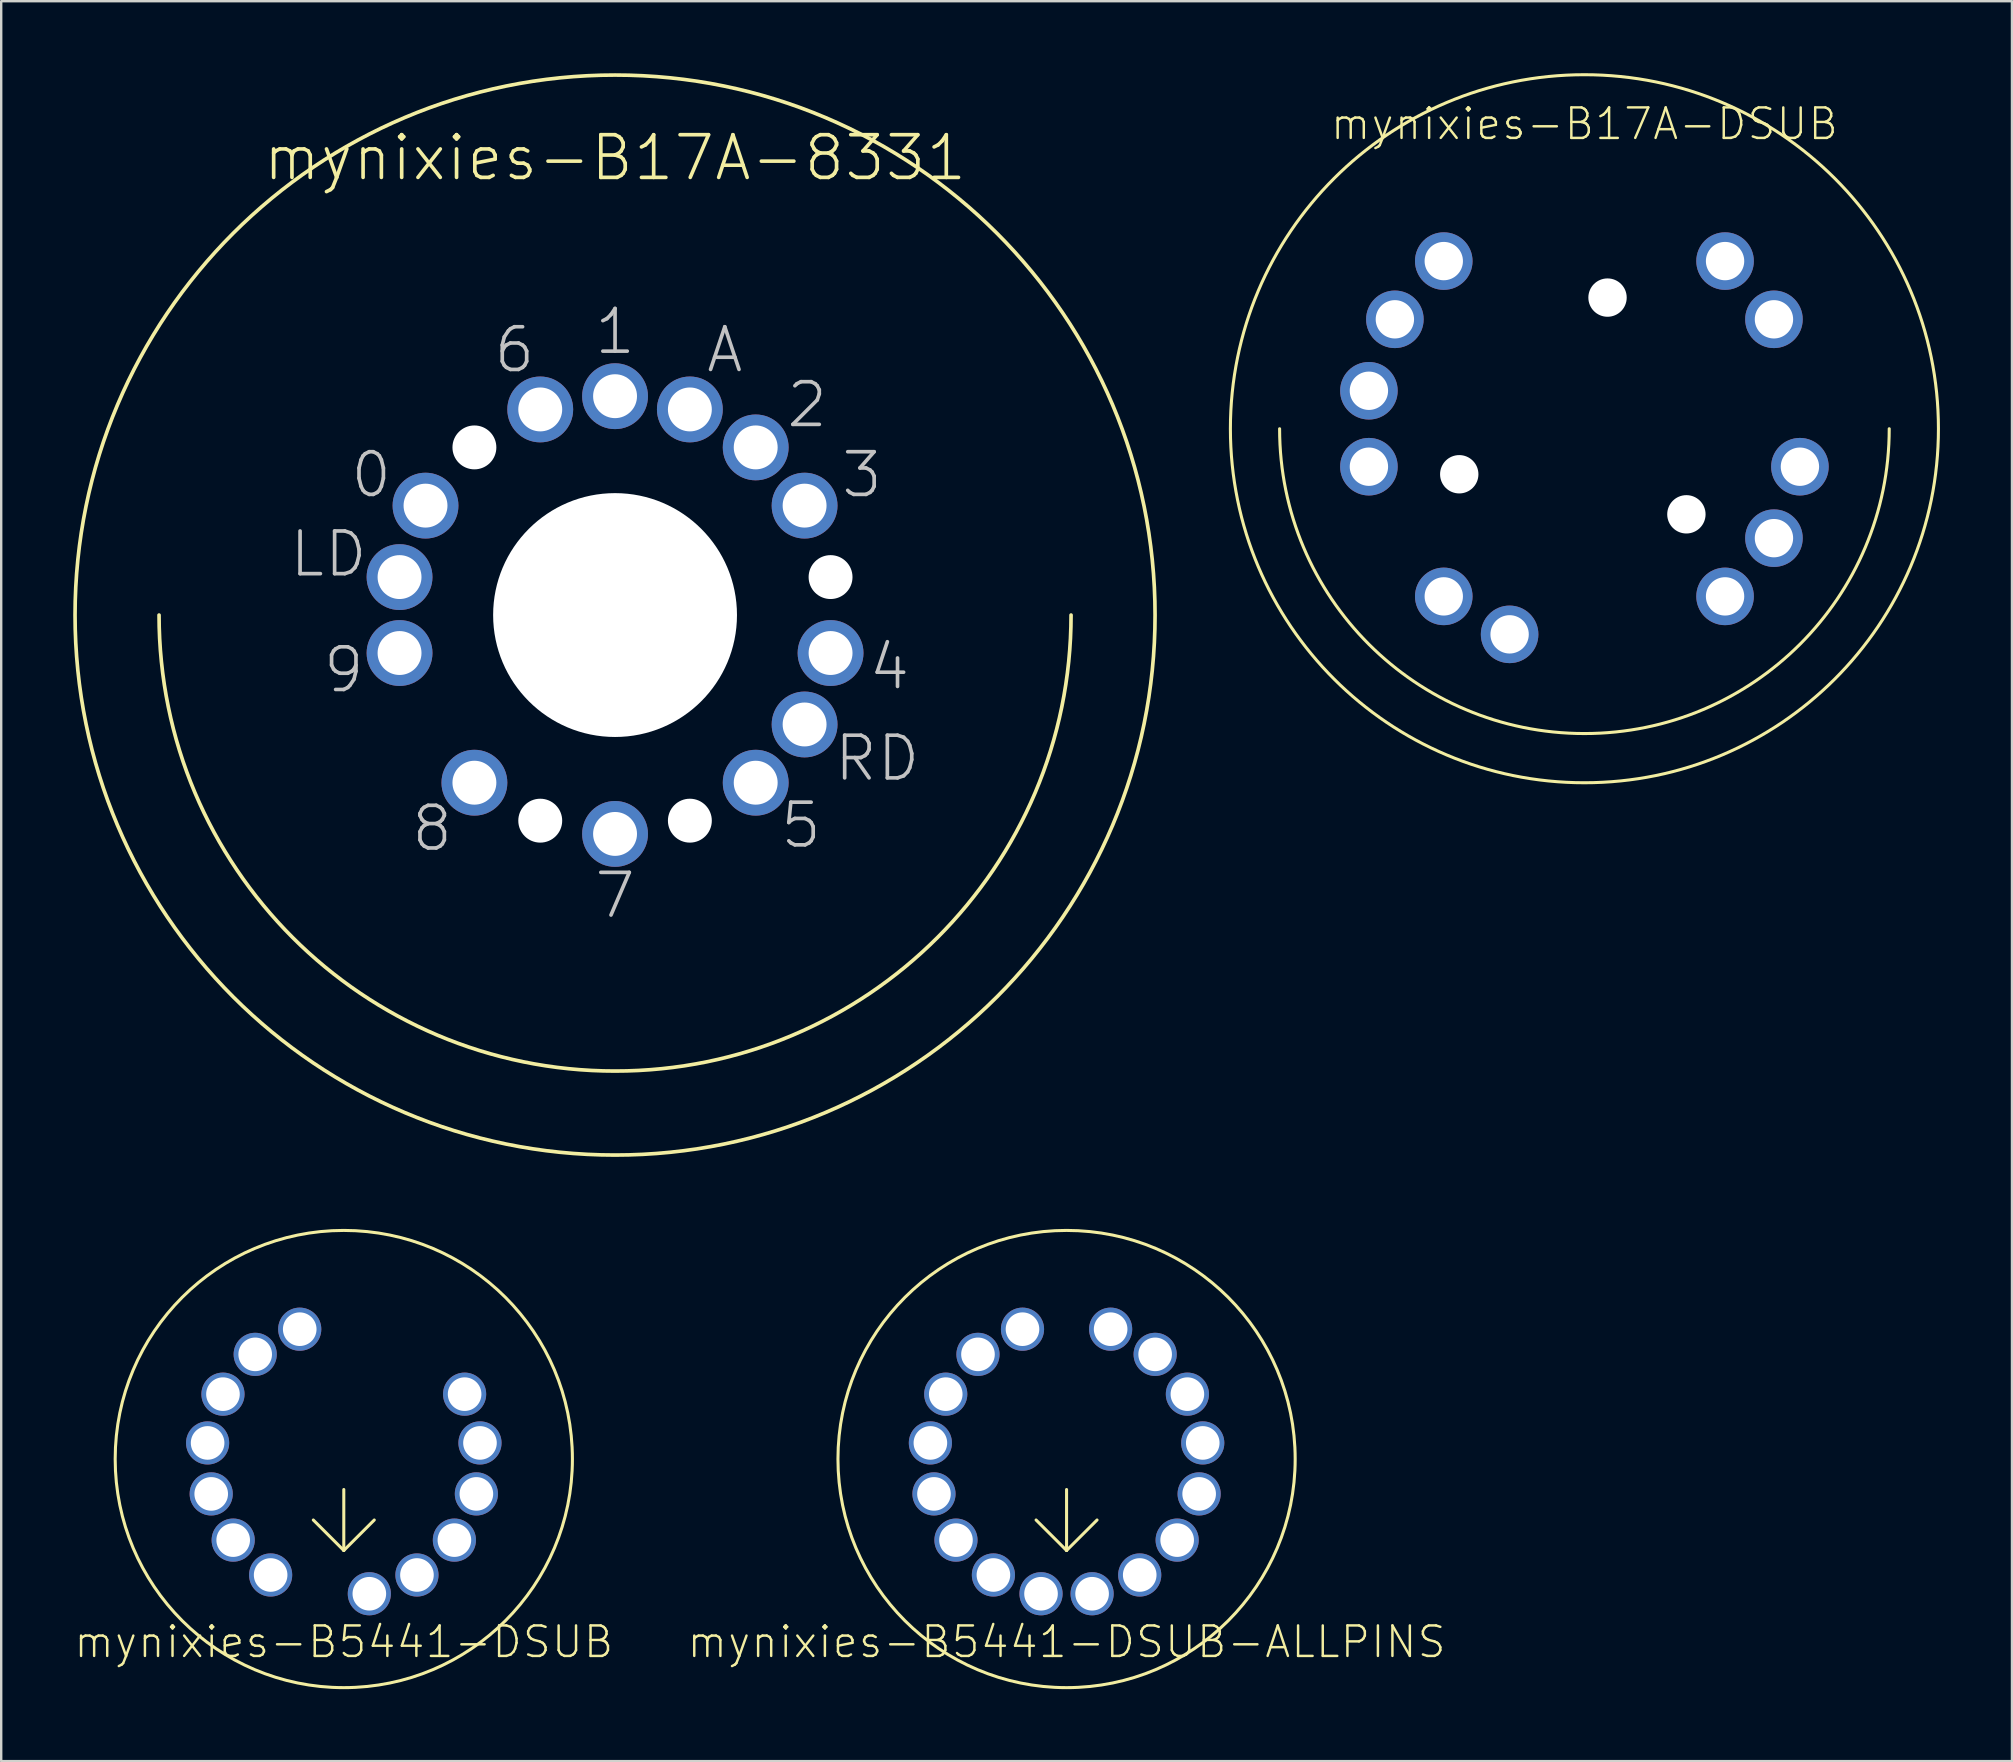
<source format=kicad_pcb>
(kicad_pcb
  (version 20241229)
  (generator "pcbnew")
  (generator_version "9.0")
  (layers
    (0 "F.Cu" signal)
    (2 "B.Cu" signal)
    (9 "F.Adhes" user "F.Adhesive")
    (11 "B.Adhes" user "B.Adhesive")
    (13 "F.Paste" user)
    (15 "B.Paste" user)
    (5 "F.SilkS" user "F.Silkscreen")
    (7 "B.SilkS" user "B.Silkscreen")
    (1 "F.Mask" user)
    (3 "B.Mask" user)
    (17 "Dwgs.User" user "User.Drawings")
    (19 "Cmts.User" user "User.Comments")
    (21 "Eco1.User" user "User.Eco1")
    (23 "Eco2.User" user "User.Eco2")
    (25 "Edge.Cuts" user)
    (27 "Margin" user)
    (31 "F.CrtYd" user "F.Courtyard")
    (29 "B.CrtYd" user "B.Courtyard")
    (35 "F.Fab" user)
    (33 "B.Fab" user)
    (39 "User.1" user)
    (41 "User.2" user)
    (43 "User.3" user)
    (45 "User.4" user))
  (footprint "mynixies-B5441-DSUB"
    (layer "F.Cu")
    (at 11.274 57.74)
    (property "Reference" "mynixies-B5441-DSUB" (at 0 7.62 0) (layer "F.SilkS") (effects (font (size 1.27 1.27) (thickness 0.102))))
    (attr exclude_from_pos_files exclude_from_bom)
    (fp_line (start 0 1.27) (end 0 3.81) (stroke (width 0.127) (type solid)) (layer "F.SilkS"))
    (fp_line (start 0 3.81) (end -1.27 2.54) (stroke (width 0.127) (type solid)) (layer "F.SilkS"))
    (fp_line (start 0 3.81) (end 1.27 2.54) (stroke (width 0.127) (type solid)) (layer "F.SilkS"))
    (fp_circle (center 0 0) (end 0 -9.525) (stroke (width 0.127) (type solid)) (fill no) (layer "F.SilkS"))
    (pad "1" thru_hole circle (at -1.836 -5.41) (size 1.798 1.798) (drill 1.4) (layers "*.Cu" "*.Mask"))
    (pad "2" thru_hole circle (at -3.691 -4.361) (size 1.798 1.798) (drill 1.4) (layers "*.Cu" "*.Mask"))
    (pad "3" thru_hole circle (at -5.034 -2.703) (size 1.798 1.798) (drill 1.4) (layers "*.Cu" "*.Mask"))
    (pad "4" thru_hole circle (at -5.674 -0.671) (size 1.798 1.798) (drill 1.4) (layers "*.Cu" "*.Mask"))
    (pad "5" thru_hole circle (at -5.524 1.453) (size 1.798 1.798) (drill 1.4) (layers "*.Cu" "*.Mask"))
    (pad "6" thru_hole circle (at -4.608 3.378) (size 1.798 1.798) (drill 1.4) (layers "*.Cu" "*.Mask"))
    (pad "7" thru_hole circle (at -3.048 4.831) (size 1.798 1.798) (drill 1.4) (layers "*.Cu" "*.Mask"))
    (pad "9" thru_hole circle (at 1.064 5.613) (size 1.798 1.798) (drill 1.4) (layers "*.Cu" "*.Mask"))
    (pad "10" thru_hole circle (at 3.048 4.831) (size 1.798 1.798) (drill 1.4) (layers "*.Cu" "*.Mask"))
    (pad "11" thru_hole circle (at 4.608 3.378) (size 1.798 1.798) (drill 1.4) (layers "*.Cu" "*.Mask"))
    (pad "12" thru_hole circle (at 5.524 1.453) (size 1.798 1.798) (drill 1.4) (layers "*.Cu" "*.Mask"))
    (pad "13" thru_hole circle (at 5.674 -0.671) (size 1.798 1.798) (drill 1.4) (layers "*.Cu" "*.Mask"))
    (pad "14" thru_hole circle (at 5.034 -2.703) (size 1.798 1.798) (drill 1.4) (layers "*.Cu" "*.Mask")))
  (footprint "mynixies-B17A-DSUB"
    (layer "F.Cu")
    (at 62.964 14.813)
    (property "Reference" "mynixies-B17A-DSUB" (at 0 -12.7 0) (layer "F.SilkS") (effects (font (size 1.27 1.27) (thickness 0.102))))
    (attr exclude_from_pos_files exclude_from_bom)
    (fp_arc (start 12.7 0) (mid 0 12.7) (end -12.7 0) (stroke (width 0.127) (type solid)) (layer "F.SilkS"))
    (fp_circle (center 0 0) (end 0 -14.75) (stroke (width 0.127) (type solid)) (fill no) (layer "F.SilkS"))
    (pad "" np_thru_hole circle (at -5.215 1.897) (size 1.598 1.598) (drill 1.598) (layers "*.Cu" "*.Mask"))
    (pad "" np_thru_hole circle (at 0.963 -5.464) (size 1.598 1.598) (drill 1.598) (layers "*.Cu" "*.Mask"))
    (pad "" np_thru_hole circle (at 4.249 3.566) (size 1.598 1.598) (drill 1.598) (layers "*.Cu" "*.Mask"))
    (pad "P$1" thru_hole circle (at -5.86 6.985) (size 2.398 2.398) (drill 1.598) (layers "*.Cu" "*.Mask"))
    (pad "P$2" thru_hole circle (at -3.117 8.567) (size 2.398 2.398) (drill 1.598) (layers "*.Cu" "*.Mask"))
    (pad "P$5" thru_hole circle (at 5.86 6.985) (size 2.398 2.398) (drill 1.598) (layers "*.Cu" "*.Mask"))
    (pad "P$6" thru_hole circle (at 7.897 4.559) (size 2.398 2.398) (drill 1.598) (layers "*.Cu" "*.Mask"))
    (pad "P$7" thru_hole circle (at 8.979 1.582) (size 2.398 2.398) (drill 1.598) (layers "*.Cu" "*.Mask"))
    (pad "P$9" thru_hole circle (at 7.897 -4.559) (size 2.398 2.398) (drill 1.598) (layers "*.Cu" "*.Mask"))
    (pad "P$10" thru_hole circle (at 5.86 -6.985) (size 2.398 2.398) (drill 1.598) (layers "*.Cu" "*.Mask"))
    (pad "P$14" thru_hole circle (at -5.86 -6.985) (size 2.398 2.398) (drill 1.598) (layers "*.Cu" "*.Mask"))
    (pad "P$15" thru_hole circle (at -7.897 -4.559) (size 2.398 2.398) (drill 1.598) (layers "*.Cu" "*.Mask"))
    (pad "P$16" thru_hole circle (at -8.979 -1.582) (size 2.398 2.398) (drill 1.598) (layers "*.Cu" "*.Mask"))
    (pad "P$17" thru_hole circle (at -8.979 1.582) (size 2.398 2.398) (drill 1.598) (layers "*.Cu" "*.Mask")))
  (footprint "mynixies-B17A-8331"
    (layer "F.Cu")
    (at 22.576 22.576)
    (property "Reference" "mynixies-B17A-8331" (at 0 -19.05 0) (layer "F.SilkS") (effects (font (size 1.778 1.778) (thickness 0.152))))
    (attr exclude_from_pos_files exclude_from_bom)
    (fp_arc (start 18.9992 0) (mid 0 18.9992) (end -18.9992 0) (stroke (width 0.1524) (type solid)) (layer "F.SilkS"))
    (fp_circle (center 0 0) (end 0 -22.499) (stroke (width 0.152) (type solid)) (fill no) (layer "F.SilkS"))
    (fp_text user "0" (at -10.16 -5.842 0) (layer "Dwgs.User") (effects (font (size 1.778 1.778) (thickness 0.152))))
    (fp_text user "8" (at -7.62 8.89 0) (layer "Dwgs.User") (effects (font (size 1.778 1.778) (thickness 0.152))))
    (fp_text user "A" (at 4.572 -11.049 0) (layer "Dwgs.User") (effects (font (size 1.778 1.778) (thickness 0.152))))
    (fp_text user "RD" (at 10.922 5.969 0) (layer "Dwgs.User") (effects (font (size 1.778 1.778) (thickness 0.152))))
    (fp_text user "9" (at -11.303 2.286 0) (layer "Dwgs.User") (effects (font (size 1.778 1.778) (thickness 0.152))))
    (fp_text user "2" (at 8.001 -8.76 0) (layer "Dwgs.User") (effects (font (size 1.778 1.778) (thickness 0.152))))
    (fp_text user "LD" (at -11.938 -2.54 0) (layer "Dwgs.User") (effects (font (size 1.778 1.778) (thickness 0.152))))
    (fp_text user "1" (at 0 -11.811 0) (layer "Dwgs.User") (effects (font (size 1.778 1.778) (thickness 0.152))))
    (fp_text user "5" (at 7.747 8.76 0) (layer "Dwgs.User") (effects (font (size 1.778 1.778) (thickness 0.152))))
    (fp_text user "6" (at -4.191 -11.049 0) (layer "Dwgs.User") (effects (font (size 1.778 1.778) (thickness 0.152))))
    (fp_text user "7" (at 0 11.684 0) (layer "Dwgs.User") (effects (font (size 1.778 1.778) (thickness 0.152))))
    (fp_text user "3" (at 10.287 -5.842 0) (layer "Dwgs.User") (effects (font (size 1.778 1.778) (thickness 0.152))))
    (fp_text user "4" (at 11.43 2.159 0) (layer "Dwgs.User") (effects (font (size 1.778 1.778) (thickness 0.152))))
    (pad "" np_thru_hole circle (at -5.86 -6.985) (size 1.829 1.829) (drill 1.829) (layers "*.Cu" "*.Mask"))
    (pad "" np_thru_hole circle (at -3.117 8.567) (size 1.829 1.829) (drill 1.829) (layers "*.Cu" "*.Mask"))
    (pad "" np_thru_hole circle (at 0 0) (size 10.16 10.16) (drill 10.16) (layers "*.Cu" "*.Mask"))
    (pad "" np_thru_hole circle (at 3.117 8.567) (size 1.829 1.829) (drill 1.829) (layers "*.Cu" "*.Mask"))
    (pad "" np_thru_hole circle (at 8.979 -1.582) (size 1.829 1.829) (drill 1.829) (layers "*.Cu" "*.Mask"))
    (pad "1" thru_hole circle (at -5.86 6.985) (size 2.743 2.743) (drill 1.829) (layers "*.Cu" "*.Mask"))
    (pad "3" thru_hole circle (at 0 9.119) (size 2.743 2.743) (drill 1.829) (layers "*.Cu" "*.Mask"))
    (pad "5" thru_hole circle (at 5.86 6.985) (size 2.743 2.743) (drill 1.829) (layers "*.Cu" "*.Mask"))
    (pad "6" thru_hole circle (at 7.897 4.559) (size 2.743 2.743) (drill 1.829) (layers "*.Cu" "*.Mask"))
    (pad "7" thru_hole circle (at 8.979 1.582) (size 2.743 2.743) (drill 1.829) (layers "*.Cu" "*.Mask"))
    (pad "9" thru_hole circle (at 7.897 -4.559) (size 2.743 2.743) (drill 1.829) (layers "*.Cu" "*.Mask"))
    (pad "10" thru_hole circle (at 5.86 -6.985) (size 2.743 2.743) (drill 1.829) (layers "*.Cu" "*.Mask"))
    (pad "11" thru_hole circle (at 3.117 -8.567) (size 2.743 2.743) (drill 1.829) (layers "*.Cu" "*.Mask"))
    (pad "12" thru_hole circle (at 0 -9.119) (size 2.743 2.743) (drill 1.829) (layers "*.Cu" "*.Mask"))
    (pad "13" thru_hole circle (at -3.117 -8.567) (size 2.743 2.743) (drill 1.829) (layers "*.Cu" "*.Mask"))
    (pad "15" thru_hole circle (at -7.897 -4.559) (size 2.743 2.743) (drill 1.829) (layers "*.Cu" "*.Mask"))
    (pad "16" thru_hole circle (at -8.979 -1.582) (size 2.743 2.743) (drill 1.829) (layers "*.Cu" "*.Mask"))
    (pad "17" thru_hole circle (at -8.979 1.582) (size 2.743 2.743) (drill 1.829) (layers "*.Cu" "*.Mask")))
  (footprint "mynixies-B5441-DSUB-ALLPINS"
    (layer "F.Cu")
    (at 41.388 57.74)
    (property "Reference" "mynixies-B5441-DSUB-ALLPINS" (at 0 7.62 0) (layer "F.SilkS") (effects (font (size 1.27 1.27) (thickness 0.102))))
    (attr exclude_from_pos_files exclude_from_bom)
    (fp_line (start 0 1.27) (end 0 3.81) (stroke (width 0.127) (type solid)) (layer "F.SilkS"))
    (fp_line (start 0 3.81) (end -1.27 2.54) (stroke (width 0.127) (type solid)) (layer "F.SilkS"))
    (fp_line (start 0 3.81) (end 1.27 2.54) (stroke (width 0.127) (type solid)) (layer "F.SilkS"))
    (fp_circle (center 0 0) (end 0 -9.525) (stroke (width 0.127) (type solid)) (fill no) (layer "F.SilkS"))
    (pad "1" thru_hole circle (at 1.836 -5.41) (size 1.798 1.798) (drill 1.4) (layers "*.Cu" "*.Mask"))
    (pad "2" thru_hole circle (at 3.691 -4.361) (size 1.798 1.798) (drill 1.4) (layers "*.Cu" "*.Mask"))
    (pad "3" thru_hole circle (at 5.034 -2.703) (size 1.798 1.798) (drill 1.4) (layers "*.Cu" "*.Mask"))
    (pad "4" thru_hole circle (at 5.674 -0.671) (size 1.798 1.798) (drill 1.4) (layers "*.Cu" "*.Mask"))
    (pad "5" thru_hole circle (at 5.524 1.453) (size 1.798 1.798) (drill 1.4) (layers "*.Cu" "*.Mask"))
    (pad "6" thru_hole circle (at 4.608 3.378) (size 1.798 1.798) (drill 1.4) (layers "*.Cu" "*.Mask"))
    (pad "7" thru_hole circle (at 3.048 4.831) (size 1.798 1.798) (drill 1.4) (layers "*.Cu" "*.Mask"))
    (pad "8" thru_hole circle (at 1.064 5.613) (size 1.798 1.798) (drill 1.4) (layers "*.Cu" "*.Mask"))
    (pad "9" thru_hole circle (at -1.064 5.613) (size 1.798 1.798) (drill 1.4) (layers "*.Cu" "*.Mask"))
    (pad "10" thru_hole circle (at -3.048 4.831) (size 1.798 1.798) (drill 1.4) (layers "*.Cu" "*.Mask"))
    (pad "11" thru_hole circle (at -4.608 3.378) (size 1.798 1.798) (drill 1.4) (layers "*.Cu" "*.Mask"))
    (pad "12" thru_hole circle (at -5.524 1.453) (size 1.798 1.798) (drill 1.4) (layers "*.Cu" "*.Mask"))
    (pad "13" thru_hole circle (at -5.674 -0.671) (size 1.798 1.798) (drill 1.4) (layers "*.Cu" "*.Mask"))
    (pad "14" thru_hole circle (at -5.034 -2.703) (size 1.798 1.798) (drill 1.4) (layers "*.Cu" "*.Mask"))
    (pad "15" thru_hole circle (at -3.691 -4.361) (size 1.798 1.798) (drill 1.4) (layers "*.Cu" "*.Mask"))
    (pad "16" thru_hole circle (at -1.836 -5.41) (size 1.798 1.798) (drill 1.4) (layers "*.Cu" "*.Mask")))
  (gr_rect
    (start -3 -3)
    (end 80.778 70.328)
    (stroke (width 0.1) (type default))
    (fill no)
    (layer "Edge.Cuts")))
</source>
